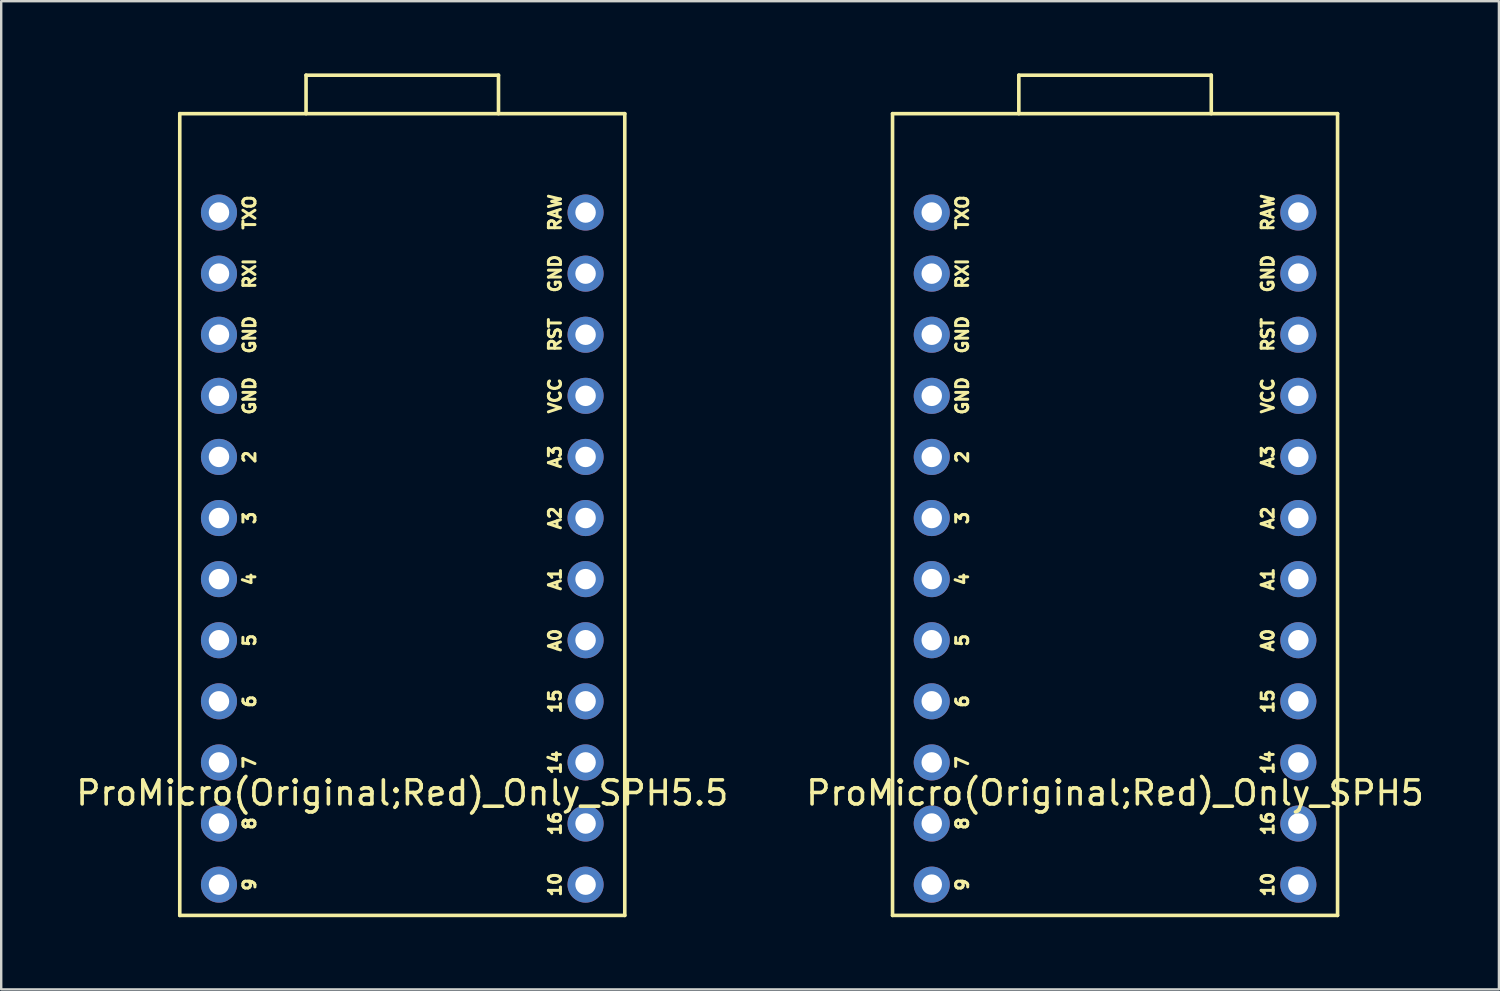
<source format=kicad_pcb>
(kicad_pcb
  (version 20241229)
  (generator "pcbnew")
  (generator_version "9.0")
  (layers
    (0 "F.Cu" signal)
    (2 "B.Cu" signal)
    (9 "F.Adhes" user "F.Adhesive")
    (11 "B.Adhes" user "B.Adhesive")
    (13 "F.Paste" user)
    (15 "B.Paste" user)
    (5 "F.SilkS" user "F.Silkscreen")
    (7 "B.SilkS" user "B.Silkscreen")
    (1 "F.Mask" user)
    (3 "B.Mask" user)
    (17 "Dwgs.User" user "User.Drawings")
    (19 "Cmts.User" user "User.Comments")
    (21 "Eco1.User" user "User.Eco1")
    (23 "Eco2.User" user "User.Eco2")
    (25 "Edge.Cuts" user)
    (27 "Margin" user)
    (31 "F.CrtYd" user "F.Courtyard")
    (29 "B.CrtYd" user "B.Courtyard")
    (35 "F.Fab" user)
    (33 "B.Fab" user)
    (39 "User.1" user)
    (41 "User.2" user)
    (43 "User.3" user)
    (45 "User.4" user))
  (footprint "ProMicro(Original;Red)_Only_SPH5"
    (layer "F.Cu")
    (at 35.684 5.785)
    (property "Reference" "ProMicro(Original;Red)_Only_SPH5" (at 7.62 24.13 0) (layer "F.SilkS") (effects (font (size 1 1) (thickness 0.15))))
    (attr through_hole)
    (fp_line (start -1.63 -4.11) (end -1.63 29.22) (stroke (width 0.15) (type solid)) (layer "F.SilkS"))
    (fp_line (start -1.63 29.22) (end 16.87 29.22) (stroke (width 0.15) (type solid)) (layer "F.SilkS"))
    (fp_line (start 3.62 -5.71) (end 11.62 -5.71) (stroke (width 0.15) (type solid)) (layer "F.SilkS"))
    (fp_line (start 3.62 -4.11) (end 3.62 -5.71) (stroke (width 0.15) (type solid)) (layer "F.SilkS"))
    (fp_line (start 11.62 -5.71) (end 11.62 -4.11) (stroke (width 0.15) (type solid)) (layer "F.SilkS"))
    (fp_line (start 16.87 -4.11) (end -1.63 -4.11) (stroke (width 0.15) (type solid)) (layer "F.SilkS"))
    (fp_line (start 16.87 29.22) (end 16.87 -4.11) (stroke (width 0.15) (type solid)) (layer "F.SilkS"))
    (fp_text user "2" (at 1.27 10.16 90) (layer "F.SilkS") (effects (font (size 0.5 0.5) (thickness 0.125))))
    (fp_text user "4" (at 1.27 15.24 90) (layer "F.SilkS") (effects (font (size 0.5 0.5) (thickness 0.125))))
    (fp_text user "GND" (at 1.27 5.08 90) (layer "F.SilkS") (effects (font (size 0.5 0.5) (thickness 0.125))))
    (fp_text user "9" (at 1.27 27.94 90) (layer "F.SilkS") (effects (font (size 0.5 0.5) (thickness 0.125))))
    (fp_text user "15" (at 13.97 20.32 90) (layer "F.SilkS") (effects (font (size 0.5 0.5) (thickness 0.125))))
    (fp_text user "7" (at 1.27 22.86 90) (layer "F.SilkS") (effects (font (size 0.5 0.5) (thickness 0.125))))
    (fp_text user "A2" (at 13.97 12.7 90) (layer "F.SilkS") (effects (font (size 0.5 0.5) (thickness 0.125))))
    (fp_text user "8" (at 1.27 25.4 90) (layer "F.SilkS") (effects (font (size 0.5 0.5) (thickness 0.125))))
    (fp_text user "5" (at 1.27 17.78 90) (layer "F.SilkS") (effects (font (size 0.5 0.5) (thickness 0.125))))
    (fp_text user "3" (at 1.27 12.7 90) (layer "F.SilkS") (effects (font (size 0.5 0.5) (thickness 0.125))))
    (fp_text user "RAW" (at 13.97 0 90) (layer "F.SilkS") (effects (font (size 0.5 0.5) (thickness 0.125))))
    (fp_text user "16" (at 13.97 25.4 90) (layer "F.SilkS") (effects (font (size 0.5 0.5) (thickness 0.125))))
    (fp_text user "GND" (at 1.27 7.62 90) (layer "F.SilkS") (effects (font (size 0.5 0.5) (thickness 0.125))))
    (fp_text user "A0" (at 13.97 17.78 90) (layer "F.SilkS") (effects (font (size 0.5 0.5) (thickness 0.125))))
    (fp_text user "GND" (at 13.97 2.54 90) (layer "F.SilkS") (effects (font (size 0.5 0.5) (thickness 0.125))))
    (fp_text user "A3" (at 13.97 10.16 90) (layer "F.SilkS") (effects (font (size 0.5 0.5) (thickness 0.125))))
    (fp_text user "6" (at 1.27 20.32 90) (layer "F.SilkS") (effects (font (size 0.5 0.5) (thickness 0.125))))
    (fp_text user "RST" (at 13.97 5.08 90) (layer "F.SilkS") (effects (font (size 0.5 0.5) (thickness 0.125))))
    (fp_text user "10" (at 13.97 27.94 90) (layer "F.SilkS") (effects (font (size 0.5 0.5) (thickness 0.125))))
    (fp_text user "RXI" (at 1.27 2.54 90) (layer "F.SilkS") (effects (font (size 0.5 0.5) (thickness 0.125))))
    (fp_text user "TXO" (at 1.27 0 90) (layer "F.SilkS") (effects (font (size 0.5 0.5) (thickness 0.125))))
    (fp_text user "A1" (at 13.97 15.24 90) (layer "F.SilkS") (effects (font (size 0.5 0.5) (thickness 0.125))))
    (fp_text user "14" (at 13.97 22.86 90) (layer "F.SilkS") (effects (font (size 0.5 0.5) (thickness 0.125))))
    (fp_text user "VCC" (at 13.97 7.62 90) (layer "F.SilkS") (effects (font (size 0.5 0.5) (thickness 0.125))))
    (pad "2" thru_hole circle (at 0 10.16) (size 1.5 1.5) (drill 0.85) (layers "*.Cu" "*.Mask"))
    (pad "3" thru_hole circle (at 0 12.7) (size 1.5 1.5) (drill 0.85) (layers "*.Cu" "*.Mask"))
    (pad "4" thru_hole circle (at 0 15.24) (size 1.5 1.5) (drill 0.85) (layers "*.Cu" "*.Mask"))
    (pad "5" thru_hole circle (at 0 17.78) (size 1.5 1.5) (drill 0.85) (layers "*.Cu" "*.Mask"))
    (pad "6" thru_hole circle (at 0 20.32) (size 1.5 1.5) (drill 0.85) (layers "*.Cu" "*.Mask"))
    (pad "7" thru_hole circle (at 0 22.86) (size 1.5 1.5) (drill 0.85) (layers "*.Cu" "*.Mask"))
    (pad "8" thru_hole circle (at 0 25.4) (size 1.5 1.5) (drill 0.85) (layers "*.Cu" "*.Mask"))
    (pad "9" thru_hole circle (at 0 27.94) (size 1.5 1.5) (drill 0.85) (layers "*.Cu" "*.Mask"))
    (pad "10" thru_hole circle (at 15.24 27.94) (size 1.5 1.5) (drill 0.85) (layers "*.Cu" "*.Mask"))
    (pad "14" thru_hole circle (at 15.24 22.86) (size 1.5 1.5) (drill 0.85) (layers "*.Cu" "*.Mask"))
    (pad "15" thru_hole circle (at 15.24 20.32) (size 1.5 1.5) (drill 0.85) (layers "*.Cu" "*.Mask"))
    (pad "16" thru_hole circle (at 15.24 25.4) (size 1.5 1.5) (drill 0.85) (layers "*.Cu" "*.Mask"))
    (pad "A0" thru_hole circle (at 15.24 17.78) (size 1.5 1.5) (drill 0.85) (layers "*.Cu" "*.Mask"))
    (pad "A1" thru_hole circle (at 15.24 15.24) (size 1.5 1.5) (drill 0.85) (layers "*.Cu" "*.Mask"))
    (pad "A2" thru_hole circle (at 15.24 12.7) (size 1.5 1.5) (drill 0.85) (layers "*.Cu" "*.Mask"))
    (pad "A3" thru_hole circle (at 15.24 10.16) (size 1.5 1.5) (drill 0.85) (layers "*.Cu" "*.Mask"))
    (pad "GND0" thru_hole circle (at 15.24 2.54) (size 1.5 1.5) (drill 0.85) (layers "*.Cu" "*.Mask"))
    (pad "GND1" thru_hole circle (at 0 5.08) (size 1.5 1.5) (drill 0.85) (layers "*.Cu" "*.Mask"))
    (pad "GND2" thru_hole circle (at 0 7.62) (size 1.5 1.5) (drill 0.85) (layers "*.Cu" "*.Mask"))
    (pad "RAW" thru_hole circle (at 15.24 0) (size 1.5 1.5) (drill 0.85) (layers "*.Cu" "*.Mask"))
    (pad "RST" thru_hole circle (at 15.24 5.08) (size 1.5 1.5) (drill 0.85) (layers "*.Cu" "*.Mask"))
    (pad "RXI" thru_hole circle (at 0 2.54) (size 1.5 1.5) (drill 0.85) (layers "*.Cu" "*.Mask"))
    (pad "TXO" thru_hole circle (at 0 0 90) (size 1.5 1.5) (drill 0.85) (layers "*.Cu" "*.Mask"))
    (pad "VCC" thru_hole circle (at 15.24 7.62) (size 1.5 1.5) (drill 0.85) (layers "*.Cu" "*.Mask")))
  (footprint "ProMicro(Original;Red)_Only_SPH5.5"
    (layer "F.Cu")
    (at 6.053 5.785)
    (property "Reference" "ProMicro(Original;Red)_Only_SPH5.5" (at 7.62 24.13 0) (layer "F.SilkS") (effects (font (size 1 1) (thickness 0.15))))
    (attr through_hole)
    (fp_line (start -1.63 -4.11) (end -1.63 29.22) (stroke (width 0.15) (type solid)) (layer "F.SilkS"))
    (fp_line (start -1.63 29.22) (end 16.87 29.22) (stroke (width 0.15) (type solid)) (layer "F.SilkS"))
    (fp_line (start 3.62 -5.71) (end 11.62 -5.71) (stroke (width 0.15) (type solid)) (layer "F.SilkS"))
    (fp_line (start 3.62 -4.11) (end 3.62 -5.71) (stroke (width 0.15) (type solid)) (layer "F.SilkS"))
    (fp_line (start 11.62 -5.71) (end 11.62 -4.11) (stroke (width 0.15) (type solid)) (layer "F.SilkS"))
    (fp_line (start 16.87 -4.11) (end -1.63 -4.11) (stroke (width 0.15) (type solid)) (layer "F.SilkS"))
    (fp_line (start 16.87 29.22) (end 16.87 -4.11) (stroke (width 0.15) (type solid)) (layer "F.SilkS"))
    (fp_text user "A0" (at 13.97 17.78 90) (layer "F.SilkS") (effects (font (size 0.5 0.5) (thickness 0.125))))
    (fp_text user "RXI" (at 1.27 2.54 90) (layer "F.SilkS") (effects (font (size 0.5 0.5) (thickness 0.125))))
    (fp_text user "9" (at 1.27 27.94 90) (layer "F.SilkS") (effects (font (size 0.5 0.5) (thickness 0.125))))
    (fp_text user "GND" (at 13.97 2.54 90) (layer "F.SilkS") (effects (font (size 0.5 0.5) (thickness 0.125))))
    (fp_text user "GND" (at 1.27 7.62 90) (layer "F.SilkS") (effects (font (size 0.5 0.5) (thickness 0.125))))
    (fp_text user "A2" (at 13.97 12.7 90) (layer "F.SilkS") (effects (font (size 0.5 0.5) (thickness 0.125))))
    (fp_text user "10" (at 13.97 27.94 90) (layer "F.SilkS") (effects (font (size 0.5 0.5) (thickness 0.125))))
    (fp_text user "4" (at 1.27 15.24 90) (layer "F.SilkS") (effects (font (size 0.5 0.5) (thickness 0.125))))
    (fp_text user "16" (at 13.97 25.4 90) (layer "F.SilkS") (effects (font (size 0.5 0.5) (thickness 0.125))))
    (fp_text user "8" (at 1.27 25.4 90) (layer "F.SilkS") (effects (font (size 0.5 0.5) (thickness 0.125))))
    (fp_text user "GND" (at 1.27 5.08 90) (layer "F.SilkS") (effects (font (size 0.5 0.5) (thickness 0.125))))
    (fp_text user "TXO" (at 1.27 0 90) (layer "F.SilkS") (effects (font (size 0.5 0.5) (thickness 0.125))))
    (fp_text user "7" (at 1.27 22.86 90) (layer "F.SilkS") (effects (font (size 0.5 0.5) (thickness 0.125))))
    (fp_text user "A1" (at 13.97 15.24 90) (layer "F.SilkS") (effects (font (size 0.5 0.5) (thickness 0.125))))
    (fp_text user "5" (at 1.27 17.78 90) (layer "F.SilkS") (effects (font (size 0.5 0.5) (thickness 0.125))))
    (fp_text user "15" (at 13.97 20.32 90) (layer "F.SilkS") (effects (font (size 0.5 0.5) (thickness 0.125))))
    (fp_text user "VCC" (at 13.97 7.62 90) (layer "F.SilkS") (effects (font (size 0.5 0.5) (thickness 0.125))))
    (fp_text user "6" (at 1.27 20.32 90) (layer "F.SilkS") (effects (font (size 0.5 0.5) (thickness 0.125))))
    (fp_text user "3" (at 1.27 12.7 90) (layer "F.SilkS") (effects (font (size 0.5 0.5) (thickness 0.125))))
    (fp_text user "2" (at 1.27 10.16 90) (layer "F.SilkS") (effects (font (size 0.5 0.5) (thickness 0.125))))
    (fp_text user "RST" (at 13.97 5.08 90) (layer "F.SilkS") (effects (font (size 0.5 0.5) (thickness 0.125))))
    (fp_text user "14" (at 13.97 22.86 90) (layer "F.SilkS") (effects (font (size 0.5 0.5) (thickness 0.125))))
    (fp_text user "RAW" (at 13.97 0 90) (layer "F.SilkS") (effects (font (size 0.5 0.5) (thickness 0.125))))
    (fp_text user "A3" (at 13.97 10.16 90) (layer "F.SilkS") (effects (font (size 0.5 0.5) (thickness 0.125))))
    (pad "2" thru_hole circle (at 0 10.16) (size 1.5 1.5) (drill 0.85) (layers "*.Cu" "*.Mask"))
    (pad "3" thru_hole circle (at 0 12.7) (size 1.5 1.5) (drill 0.85) (layers "*.Cu" "*.Mask"))
    (pad "4" thru_hole circle (at 0 15.24) (size 1.5 1.5) (drill 0.85) (layers "*.Cu" "*.Mask"))
    (pad "5" thru_hole circle (at 0 17.78) (size 1.5 1.5) (drill 0.85) (layers "*.Cu" "*.Mask"))
    (pad "6" thru_hole circle (at 0 20.32) (size 1.5 1.5) (drill 0.85) (layers "*.Cu" "*.Mask"))
    (pad "7" thru_hole circle (at 0 22.86) (size 1.5 1.5) (drill 0.85) (layers "*.Cu" "*.Mask"))
    (pad "8" thru_hole circle (at 0 25.4) (size 1.5 1.5) (drill 0.85) (layers "*.Cu" "*.Mask"))
    (pad "9" thru_hole circle (at 0 27.94) (size 1.5 1.5) (drill 0.85) (layers "*.Cu" "*.Mask"))
    (pad "10" thru_hole circle (at 15.24 27.94) (size 1.5 1.5) (drill 0.85) (layers "*.Cu" "*.Mask"))
    (pad "14" thru_hole circle (at 15.24 22.86) (size 1.5 1.5) (drill 0.85) (layers "*.Cu" "*.Mask"))
    (pad "15" thru_hole circle (at 15.24 20.32) (size 1.5 1.5) (drill 0.85) (layers "*.Cu" "*.Mask"))
    (pad "16" thru_hole circle (at 15.24 25.4) (size 1.5 1.5) (drill 0.85) (layers "*.Cu" "*.Mask"))
    (pad "A0" thru_hole circle (at 15.24 17.78) (size 1.5 1.5) (drill 0.85) (layers "*.Cu" "*.Mask"))
    (pad "A1" thru_hole circle (at 15.24 15.24) (size 1.5 1.5) (drill 0.85) (layers "*.Cu" "*.Mask"))
    (pad "A2" thru_hole circle (at 15.24 12.7) (size 1.5 1.5) (drill 0.85) (layers "*.Cu" "*.Mask"))
    (pad "A3" thru_hole circle (at 15.24 10.16) (size 1.5 1.5) (drill 0.85) (layers "*.Cu" "*.Mask"))
    (pad "GND0" thru_hole circle (at 15.24 2.54) (size 1.5 1.5) (drill 0.85) (layers "*.Cu" "*.Mask"))
    (pad "GND1" thru_hole circle (at 0 5.08) (size 1.5 1.5) (drill 0.85) (layers "*.Cu" "*.Mask"))
    (pad "GND2" thru_hole circle (at 0 7.62) (size 1.5 1.5) (drill 0.85) (layers "*.Cu" "*.Mask"))
    (pad "RAW" thru_hole circle (at 15.24 0) (size 1.5 1.5) (drill 0.85) (layers "*.Cu" "*.Mask"))
    (pad "RST" thru_hole circle (at 15.24 5.08) (size 1.5 1.5) (drill 0.85) (layers "*.Cu" "*.Mask"))
    (pad "RXI" thru_hole circle (at 0 2.54) (size 1.5 1.5) (drill 0.85) (layers "*.Cu" "*.Mask"))
    (pad "TXO" thru_hole circle (at 0 0 90) (size 1.5 1.5) (drill 0.85) (layers "*.Cu" "*.Mask"))
    (pad "VCC" thru_hole circle (at 15.24 7.62) (size 1.5 1.5) (drill 0.85) (layers "*.Cu" "*.Mask")))
  (gr_rect
    (start -3 -3)
    (end 59.262 38.08)
    (stroke (width 0.1) (type default))
    (fill no)
    (layer "Edge.Cuts")))
</source>
